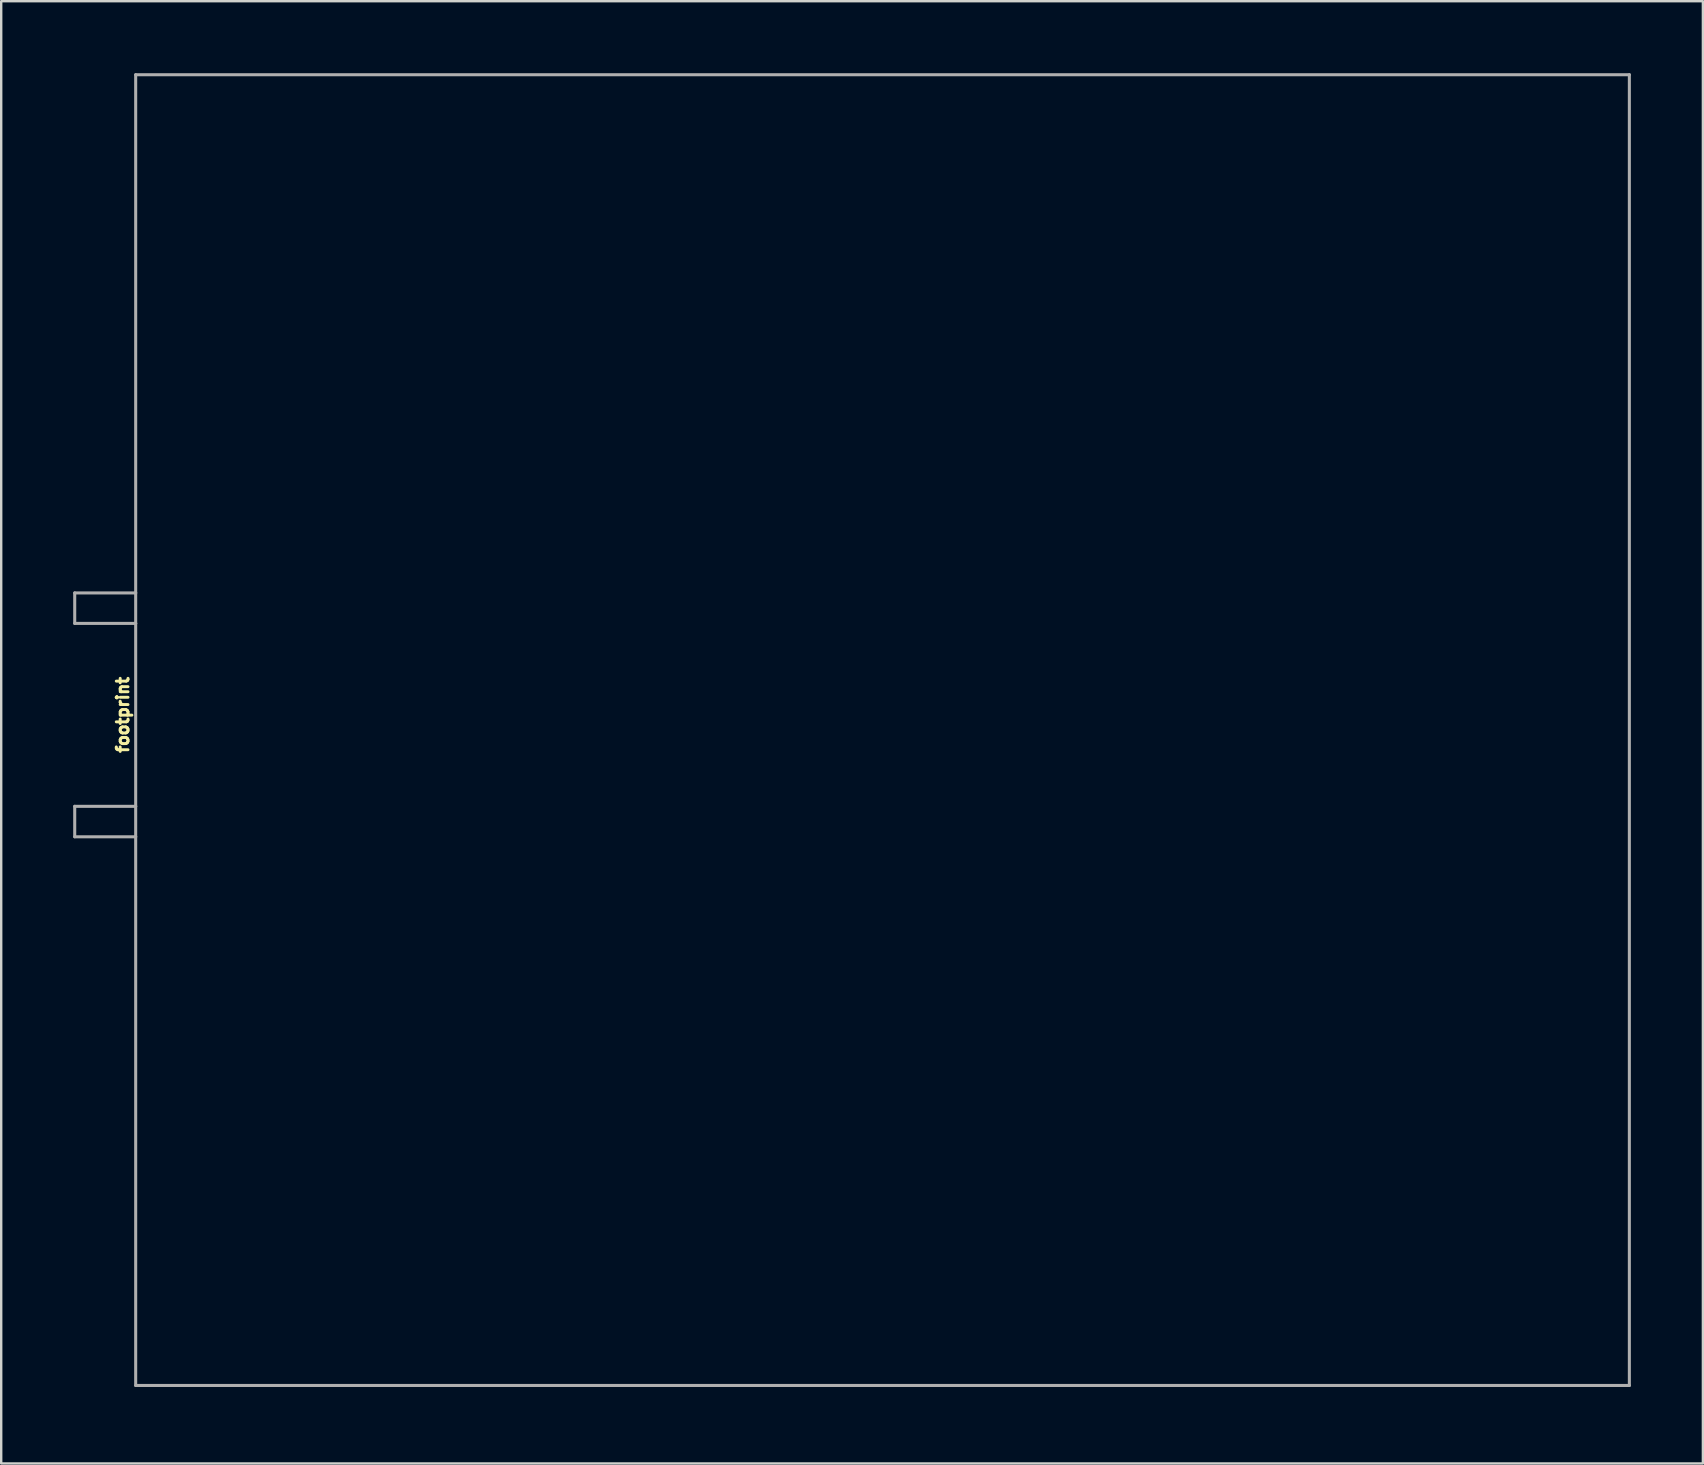
<source format=kicad_pcb>
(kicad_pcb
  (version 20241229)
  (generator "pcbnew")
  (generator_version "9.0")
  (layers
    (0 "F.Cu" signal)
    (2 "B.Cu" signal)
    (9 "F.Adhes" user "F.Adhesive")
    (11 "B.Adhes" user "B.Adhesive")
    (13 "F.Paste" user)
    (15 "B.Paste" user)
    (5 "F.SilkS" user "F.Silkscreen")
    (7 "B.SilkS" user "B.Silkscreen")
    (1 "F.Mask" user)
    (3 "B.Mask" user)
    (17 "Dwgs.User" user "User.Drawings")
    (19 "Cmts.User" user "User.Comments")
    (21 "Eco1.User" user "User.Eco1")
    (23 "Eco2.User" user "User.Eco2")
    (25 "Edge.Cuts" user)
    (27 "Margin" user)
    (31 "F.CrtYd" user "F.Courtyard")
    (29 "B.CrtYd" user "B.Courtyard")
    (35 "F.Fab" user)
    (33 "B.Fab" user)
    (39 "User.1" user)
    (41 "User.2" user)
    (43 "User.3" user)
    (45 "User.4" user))
  (footprint "footprint"
    (layer "F.Cu")
    (at 2.603 54.673)
    (property "Reference" "footprint" (at -0.254 -27.94 90) (layer "F.SilkS") (effects (font (size 0.488 0.488) (thickness 0.122)) (justify bottom)))
    (fp_line (start -2.54 -33.02) (end 0 -33.02) (stroke (width 0.127) (type solid)) (layer "F.Fab"))
    (fp_line (start -2.54 -31.75) (end -2.54 -33.02) (stroke (width 0.127) (type solid)) (layer "F.Fab"))
    (fp_line (start -2.54 -24.13) (end 0 -24.13) (stroke (width 0.127) (type solid)) (layer "F.Fab"))
    (fp_line (start -2.54 -22.86) (end -2.54 -24.13) (stroke (width 0.127) (type solid)) (layer "F.Fab"))
    (fp_line (start 0 -54.61) (end 62.23 -54.61) (stroke (width 0.127) (type solid)) (layer "F.Fab"))
    (fp_line (start 0 -33.02) (end 0 -54.61) (stroke (width 0.127) (type solid)) (layer "F.Fab"))
    (fp_line (start 0 -31.75) (end -2.54 -31.75) (stroke (width 0.127) (type solid)) (layer "F.Fab"))
    (fp_line (start 0 -31.75) (end 0 -33.02) (stroke (width 0.127) (type solid)) (layer "F.Fab"))
    (fp_line (start 0 -24.13) (end 0 -31.75) (stroke (width 0.127) (type solid)) (layer "F.Fab"))
    (fp_line (start 0 -22.86) (end -2.54 -22.86) (stroke (width 0.127) (type solid)) (layer "F.Fab"))
    (fp_line (start 0 -22.86) (end 0 -24.13) (stroke (width 0.127) (type solid)) (layer "F.Fab"))
    (fp_line (start 0 0) (end 0 -22.86) (stroke (width 0.127) (type solid)) (layer "F.Fab"))
    (fp_line (start 62.23 -54.61) (end 62.23 0) (stroke (width 0.127) (type solid)) (layer "F.Fab"))
    (fp_line (start 62.23 0) (end 0 0) (stroke (width 0.127) (type solid)) (layer "F.Fab")))
  (gr_rect
    (start -3 -3)
    (end 67.897 57.923)
    (stroke (width 0.1) (type default))
    (fill no)
    (layer "Edge.Cuts")))
</source>
